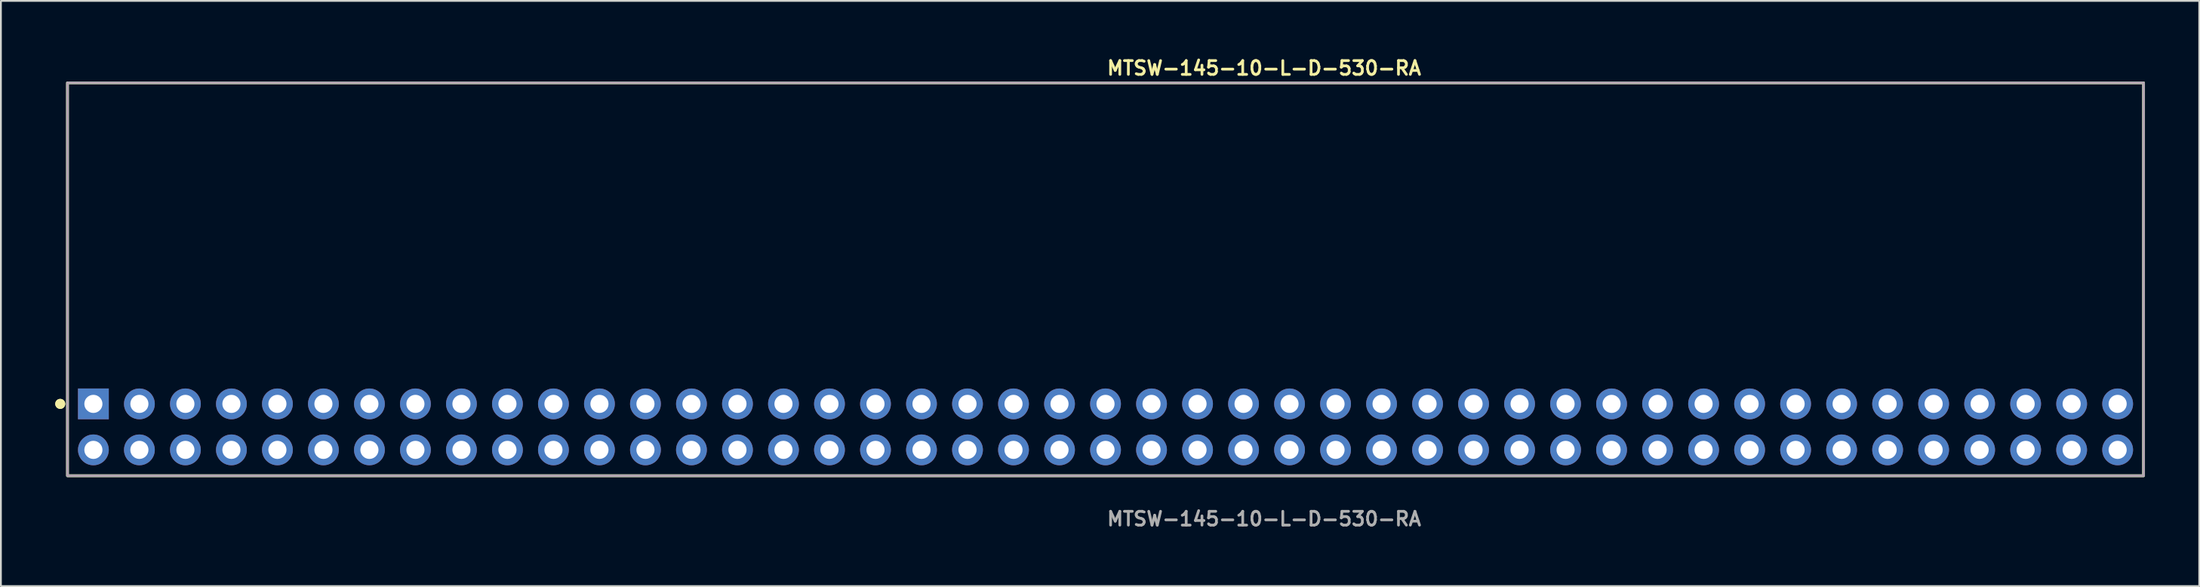
<source format=kicad_pcb>
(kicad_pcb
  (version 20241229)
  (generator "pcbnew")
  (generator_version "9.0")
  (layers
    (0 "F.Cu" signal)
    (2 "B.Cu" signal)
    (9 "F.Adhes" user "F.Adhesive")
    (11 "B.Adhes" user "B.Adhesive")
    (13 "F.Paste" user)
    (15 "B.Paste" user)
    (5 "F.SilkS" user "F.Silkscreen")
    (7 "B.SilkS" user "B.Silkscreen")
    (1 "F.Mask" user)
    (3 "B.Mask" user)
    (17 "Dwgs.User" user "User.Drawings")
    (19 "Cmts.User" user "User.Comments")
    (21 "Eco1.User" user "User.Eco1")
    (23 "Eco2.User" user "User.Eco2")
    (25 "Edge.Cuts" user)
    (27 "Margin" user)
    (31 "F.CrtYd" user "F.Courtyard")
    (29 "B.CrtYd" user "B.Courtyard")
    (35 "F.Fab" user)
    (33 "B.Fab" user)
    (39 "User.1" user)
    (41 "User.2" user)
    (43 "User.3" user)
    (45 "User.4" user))
  (footprint "MTSW-145-10-L-D-530-RA"
    (layer "F.Cu")
    (at 57.986 20.525)
    (property "Reference" "MTSW-145-10-L-D-530-RA" (at 0 -19.812 0) (unlocked yes) (layer "F.SilkS") (effects (font (size 0.762 0.762) (thickness 0.152)) (justify left)))
    (fp_rect (start -57.31 2.7) (end 57.31 -19) (stroke (width 0.152) (type solid)) (fill no) (layer "F.SilkS"))
    (fp_circle (center -57.71 -1.27) (end -57.91 -1.27) (stroke (width 0.152) (type solid)) (fill yes) (layer "F.SilkS"))
    (fp_circle (center -57.71 -1.27) (end -57.91 -1.27) (stroke (width 0.152) (type solid)) (fill yes) (layer "F.SilkS"))
    (fp_rect (start -57.31 2.7) (end 57.31 -19) (stroke (width 0.006) (type solid)) (fill no) (layer "F.CrtYd"))
    (fp_rect (start -57.31 2.7) (end 57.31 -19) (stroke (width 0.152) (type solid)) (fill no) (layer "F.Fab"))
    (fp_text user "${REFERENCE}" (at 0 5.08 0) (unlocked yes) (layer "F.Fab") (effects (font (size 0.762 0.762) (thickness 0.152)) (justify left)))
    (pad "1" thru_hole rect (at -55.88 -1.27) (size 1.7 1.7) (drill 1) (layers "*.Cu" "*.Mask"))
    (pad "2" thru_hole circle (at -55.88 1.27) (size 1.7 1.7) (drill 1) (layers "*.Cu" "*.Mask"))
    (pad "3" thru_hole circle (at -53.34 -1.27) (size 1.7 1.7) (drill 1) (layers "*.Cu" "*.Mask"))
    (pad "4" thru_hole circle (at -53.34 1.27) (size 1.7 1.7) (drill 1) (layers "*.Cu" "*.Mask"))
    (pad "5" thru_hole circle (at -50.8 -1.27) (size 1.7 1.7) (drill 1) (layers "*.Cu" "*.Mask"))
    (pad "6" thru_hole circle (at -50.8 1.27) (size 1.7 1.7) (drill 1) (layers "*.Cu" "*.Mask"))
    (pad "7" thru_hole circle (at -48.26 -1.27) (size 1.7 1.7) (drill 1) (layers "*.Cu" "*.Mask"))
    (pad "8" thru_hole circle (at -48.26 1.27) (size 1.7 1.7) (drill 1) (layers "*.Cu" "*.Mask"))
    (pad "9" thru_hole circle (at -45.72 -1.27) (size 1.7 1.7) (drill 1) (layers "*.Cu" "*.Mask"))
    (pad "10" thru_hole circle (at -45.72 1.27) (size 1.7 1.7) (drill 1) (layers "*.Cu" "*.Mask"))
    (pad "11" thru_hole circle (at -43.18 -1.27) (size 1.7 1.7) (drill 1) (layers "*.Cu" "*.Mask"))
    (pad "12" thru_hole circle (at -43.18 1.27) (size 1.7 1.7) (drill 1) (layers "*.Cu" "*.Mask"))
    (pad "13" thru_hole circle (at -40.64 -1.27) (size 1.7 1.7) (drill 1) (layers "*.Cu" "*.Mask"))
    (pad "14" thru_hole circle (at -40.64 1.27) (size 1.7 1.7) (drill 1) (layers "*.Cu" "*.Mask"))
    (pad "15" thru_hole circle (at -38.1 -1.27) (size 1.7 1.7) (drill 1) (layers "*.Cu" "*.Mask"))
    (pad "16" thru_hole circle (at -38.1 1.27) (size 1.7 1.7) (drill 1) (layers "*.Cu" "*.Mask"))
    (pad "17" thru_hole circle (at -35.56 -1.27) (size 1.7 1.7) (drill 1) (layers "*.Cu" "*.Mask"))
    (pad "18" thru_hole circle (at -35.56 1.27) (size 1.7 1.7) (drill 1) (layers "*.Cu" "*.Mask"))
    (pad "19" thru_hole circle (at -33.02 -1.27) (size 1.7 1.7) (drill 1) (layers "*.Cu" "*.Mask"))
    (pad "20" thru_hole circle (at -33.02 1.27) (size 1.7 1.7) (drill 1) (layers "*.Cu" "*.Mask"))
    (pad "21" thru_hole circle (at -30.48 -1.27) (size 1.7 1.7) (drill 1) (layers "*.Cu" "*.Mask"))
    (pad "22" thru_hole circle (at -30.48 1.27) (size 1.7 1.7) (drill 1) (layers "*.Cu" "*.Mask"))
    (pad "23" thru_hole circle (at -27.94 -1.27) (size 1.7 1.7) (drill 1) (layers "*.Cu" "*.Mask"))
    (pad "24" thru_hole circle (at -27.94 1.27) (size 1.7 1.7) (drill 1) (layers "*.Cu" "*.Mask"))
    (pad "25" thru_hole circle (at -25.4 -1.27) (size 1.7 1.7) (drill 1) (layers "*.Cu" "*.Mask"))
    (pad "26" thru_hole circle (at -25.4 1.27) (size 1.7 1.7) (drill 1) (layers "*.Cu" "*.Mask"))
    (pad "27" thru_hole circle (at -22.86 -1.27) (size 1.7 1.7) (drill 1) (layers "*.Cu" "*.Mask"))
    (pad "28" thru_hole circle (at -22.86 1.27) (size 1.7 1.7) (drill 1) (layers "*.Cu" "*.Mask"))
    (pad "29" thru_hole circle (at -20.32 -1.27) (size 1.7 1.7) (drill 1) (layers "*.Cu" "*.Mask"))
    (pad "30" thru_hole circle (at -20.32 1.27) (size 1.7 1.7) (drill 1) (layers "*.Cu" "*.Mask"))
    (pad "31" thru_hole circle (at -17.78 -1.27) (size 1.7 1.7) (drill 1) (layers "*.Cu" "*.Mask"))
    (pad "32" thru_hole circle (at -17.78 1.27) (size 1.7 1.7) (drill 1) (layers "*.Cu" "*.Mask"))
    (pad "33" thru_hole circle (at -15.24 -1.27) (size 1.7 1.7) (drill 1) (layers "*.Cu" "*.Mask"))
    (pad "34" thru_hole circle (at -15.24 1.27) (size 1.7 1.7) (drill 1) (layers "*.Cu" "*.Mask"))
    (pad "35" thru_hole circle (at -12.7 -1.27) (size 1.7 1.7) (drill 1) (layers "*.Cu" "*.Mask"))
    (pad "36" thru_hole circle (at -12.7 1.27) (size 1.7 1.7) (drill 1) (layers "*.Cu" "*.Mask"))
    (pad "37" thru_hole circle (at -10.16 -1.27) (size 1.7 1.7) (drill 1) (layers "*.Cu" "*.Mask"))
    (pad "38" thru_hole circle (at -10.16 1.27) (size 1.7 1.7) (drill 1) (layers "*.Cu" "*.Mask"))
    (pad "39" thru_hole circle (at -7.62 -1.27) (size 1.7 1.7) (drill 1) (layers "*.Cu" "*.Mask"))
    (pad "40" thru_hole circle (at -7.62 1.27) (size 1.7 1.7) (drill 1) (layers "*.Cu" "*.Mask"))
    (pad "41" thru_hole circle (at -5.08 -1.27) (size 1.7 1.7) (drill 1) (layers "*.Cu" "*.Mask"))
    (pad "42" thru_hole circle (at -5.08 1.27) (size 1.7 1.7) (drill 1) (layers "*.Cu" "*.Mask"))
    (pad "43" thru_hole circle (at -2.54 -1.27) (size 1.7 1.7) (drill 1) (layers "*.Cu" "*.Mask"))
    (pad "44" thru_hole circle (at -2.54 1.27) (size 1.7 1.7) (drill 1) (layers "*.Cu" "*.Mask"))
    (pad "45" thru_hole circle (at 0 -1.27) (size 1.7 1.7) (drill 1) (layers "*.Cu" "*.Mask"))
    (pad "46" thru_hole circle (at 0 1.27) (size 1.7 1.7) (drill 1) (layers "*.Cu" "*.Mask"))
    (pad "47" thru_hole circle (at 2.54 -1.27) (size 1.7 1.7) (drill 1) (layers "*.Cu" "*.Mask"))
    (pad "48" thru_hole circle (at 2.54 1.27) (size 1.7 1.7) (drill 1) (layers "*.Cu" "*.Mask"))
    (pad "49" thru_hole circle (at 5.08 -1.27) (size 1.7 1.7) (drill 1) (layers "*.Cu" "*.Mask"))
    (pad "50" thru_hole circle (at 5.08 1.27) (size 1.7 1.7) (drill 1) (layers "*.Cu" "*.Mask"))
    (pad "51" thru_hole circle (at 7.62 -1.27) (size 1.7 1.7) (drill 1) (layers "*.Cu" "*.Mask"))
    (pad "52" thru_hole circle (at 7.62 1.27) (size 1.7 1.7) (drill 1) (layers "*.Cu" "*.Mask"))
    (pad "53" thru_hole circle (at 10.16 -1.27) (size 1.7 1.7) (drill 1) (layers "*.Cu" "*.Mask"))
    (pad "54" thru_hole circle (at 10.16 1.27) (size 1.7 1.7) (drill 1) (layers "*.Cu" "*.Mask"))
    (pad "55" thru_hole circle (at 12.7 -1.27) (size 1.7 1.7) (drill 1) (layers "*.Cu" "*.Mask"))
    (pad "56" thru_hole circle (at 12.7 1.27) (size 1.7 1.7) (drill 1) (layers "*.Cu" "*.Mask"))
    (pad "57" thru_hole circle (at 15.24 -1.27) (size 1.7 1.7) (drill 1) (layers "*.Cu" "*.Mask"))
    (pad "58" thru_hole circle (at 15.24 1.27) (size 1.7 1.7) (drill 1) (layers "*.Cu" "*.Mask"))
    (pad "59" thru_hole circle (at 17.78 -1.27) (size 1.7 1.7) (drill 1) (layers "*.Cu" "*.Mask"))
    (pad "60" thru_hole circle (at 17.78 1.27) (size 1.7 1.7) (drill 1) (layers "*.Cu" "*.Mask"))
    (pad "61" thru_hole circle (at 20.32 -1.27) (size 1.7 1.7) (drill 1) (layers "*.Cu" "*.Mask"))
    (pad "62" thru_hole circle (at 20.32 1.27) (size 1.7 1.7) (drill 1) (layers "*.Cu" "*.Mask"))
    (pad "63" thru_hole circle (at 22.86 -1.27) (size 1.7 1.7) (drill 1) (layers "*.Cu" "*.Mask"))
    (pad "64" thru_hole circle (at 22.86 1.27) (size 1.7 1.7) (drill 1) (layers "*.Cu" "*.Mask"))
    (pad "65" thru_hole circle (at 25.4 -1.27) (size 1.7 1.7) (drill 1) (layers "*.Cu" "*.Mask"))
    (pad "66" thru_hole circle (at 25.4 1.27) (size 1.7 1.7) (drill 1) (layers "*.Cu" "*.Mask"))
    (pad "67" thru_hole circle (at 27.94 -1.27) (size 1.7 1.7) (drill 1) (layers "*.Cu" "*.Mask"))
    (pad "68" thru_hole circle (at 27.94 1.27) (size 1.7 1.7) (drill 1) (layers "*.Cu" "*.Mask"))
    (pad "69" thru_hole circle (at 30.48 -1.27) (size 1.7 1.7) (drill 1) (layers "*.Cu" "*.Mask"))
    (pad "70" thru_hole circle (at 30.48 1.27) (size 1.7 1.7) (drill 1) (layers "*.Cu" "*.Mask"))
    (pad "71" thru_hole circle (at 33.02 -1.27) (size 1.7 1.7) (drill 1) (layers "*.Cu" "*.Mask"))
    (pad "72" thru_hole circle (at 33.02 1.27) (size 1.7 1.7) (drill 1) (layers "*.Cu" "*.Mask"))
    (pad "73" thru_hole circle (at 35.56 -1.27) (size 1.7 1.7) (drill 1) (layers "*.Cu" "*.Mask"))
    (pad "74" thru_hole circle (at 35.56 1.27) (size 1.7 1.7) (drill 1) (layers "*.Cu" "*.Mask"))
    (pad "75" thru_hole circle (at 38.1 -1.27) (size 1.7 1.7) (drill 1) (layers "*.Cu" "*.Mask"))
    (pad "76" thru_hole circle (at 38.1 1.27) (size 1.7 1.7) (drill 1) (layers "*.Cu" "*.Mask"))
    (pad "77" thru_hole circle (at 40.64 -1.27) (size 1.7 1.7) (drill 1) (layers "*.Cu" "*.Mask"))
    (pad "78" thru_hole circle (at 40.64 1.27) (size 1.7 1.7) (drill 1) (layers "*.Cu" "*.Mask"))
    (pad "79" thru_hole circle (at 43.18 -1.27) (size 1.7 1.7) (drill 1) (layers "*.Cu" "*.Mask"))
    (pad "80" thru_hole circle (at 43.18 1.27) (size 1.7 1.7) (drill 1) (layers "*.Cu" "*.Mask"))
    (pad "81" thru_hole circle (at 45.72 -1.27) (size 1.7 1.7) (drill 1) (layers "*.Cu" "*.Mask"))
    (pad "82" thru_hole circle (at 45.72 1.27) (size 1.7 1.7) (drill 1) (layers "*.Cu" "*.Mask"))
    (pad "83" thru_hole circle (at 48.26 -1.27) (size 1.7 1.7) (drill 1) (layers "*.Cu" "*.Mask"))
    (pad "84" thru_hole circle (at 48.26 1.27) (size 1.7 1.7) (drill 1) (layers "*.Cu" "*.Mask"))
    (pad "85" thru_hole circle (at 50.8 -1.27) (size 1.7 1.7) (drill 1) (layers "*.Cu" "*.Mask"))
    (pad "86" thru_hole circle (at 50.8 1.27) (size 1.7 1.7) (drill 1) (layers "*.Cu" "*.Mask"))
    (pad "87" thru_hole circle (at 53.34 -1.27) (size 1.7 1.7) (drill 1) (layers "*.Cu" "*.Mask"))
    (pad "88" thru_hole circle (at 53.34 1.27) (size 1.7 1.7) (drill 1) (layers "*.Cu" "*.Mask"))
    (pad "89" thru_hole circle (at 55.88 -1.27) (size 1.7 1.7) (drill 1) (layers "*.Cu" "*.Mask"))
    (pad "90" thru_hole circle (at 55.88 1.27) (size 1.7 1.7) (drill 1) (layers "*.Cu" "*.Mask")))
  (gr_rect
    (start -3 -3)
    (end 118.372 29.318)
    (stroke (width 0.1) (type default))
    (fill no)
    (layer "Edge.Cuts")))
</source>
